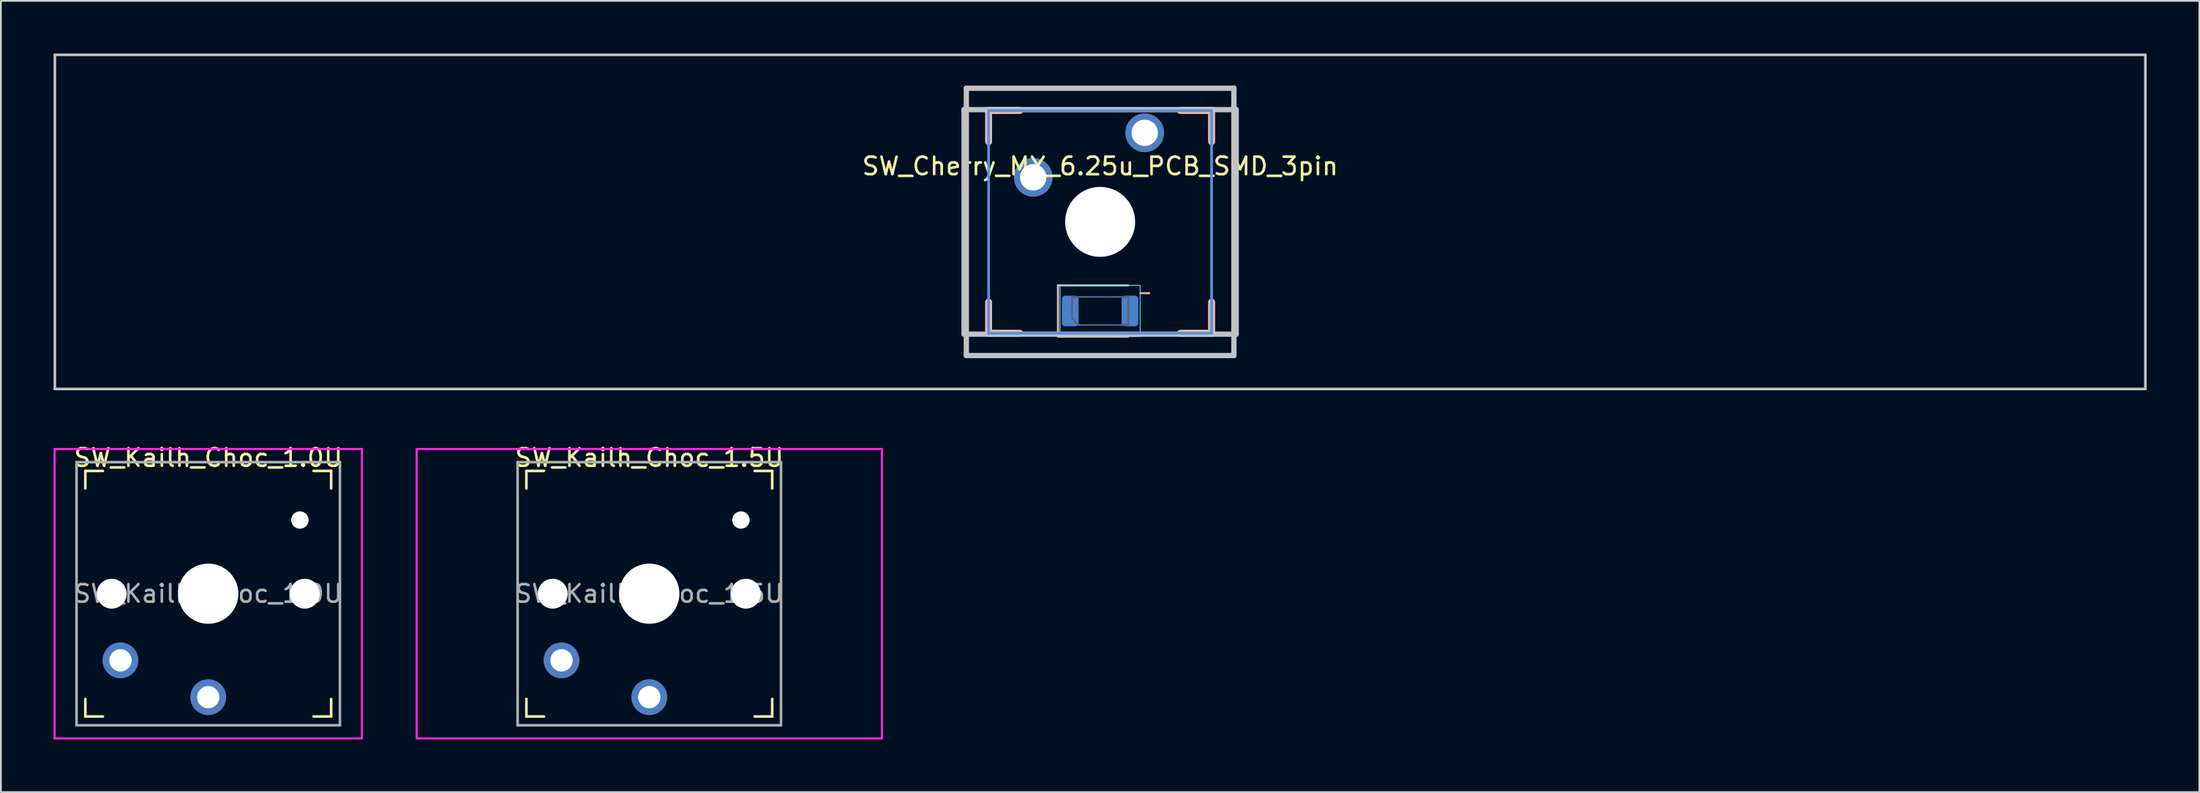
<source format=kicad_pcb>
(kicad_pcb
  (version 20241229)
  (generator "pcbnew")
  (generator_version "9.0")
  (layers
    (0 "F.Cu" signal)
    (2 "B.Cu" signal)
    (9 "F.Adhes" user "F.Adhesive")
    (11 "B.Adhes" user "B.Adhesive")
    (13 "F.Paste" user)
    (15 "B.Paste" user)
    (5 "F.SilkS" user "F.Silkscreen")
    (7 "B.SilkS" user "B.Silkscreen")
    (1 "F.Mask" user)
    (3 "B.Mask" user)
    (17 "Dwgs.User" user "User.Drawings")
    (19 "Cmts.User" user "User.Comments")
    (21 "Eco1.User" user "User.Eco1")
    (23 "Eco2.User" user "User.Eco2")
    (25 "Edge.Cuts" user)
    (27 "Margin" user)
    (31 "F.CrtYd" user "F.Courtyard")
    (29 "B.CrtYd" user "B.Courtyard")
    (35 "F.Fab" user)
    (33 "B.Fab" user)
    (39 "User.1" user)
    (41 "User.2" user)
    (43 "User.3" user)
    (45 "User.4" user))
  (footprint "SW_Kailh_Choc_1.0U"
    (layer "F.Cu")
    (at 8.81 30.798)
    (property "Reference" "SW_Kailh_Choc_1.0U" (at 0 -7.75 0) (layer "F.SilkS") (effects (font (size 1 1) (thickness 0.15))))
    (attr through_hole)
    (fp_line (start -7 -6) (end -7 -7) (stroke (width 0.15) (type solid)) (layer "F.SilkS"))
    (fp_line (start -7 7) (end -7 6) (stroke (width 0.15) (type solid)) (layer "F.SilkS"))
    (fp_line (start -7 7) (end -6 7) (stroke (width 0.15) (type solid)) (layer "F.SilkS"))
    (fp_line (start -6 -7) (end -7 -7) (stroke (width 0.15) (type solid)) (layer "F.SilkS"))
    (fp_line (start 6 7) (end 7 7) (stroke (width 0.15) (type solid)) (layer "F.SilkS"))
    (fp_line (start 7 -7) (end 6 -7) (stroke (width 0.15) (type solid)) (layer "F.SilkS"))
    (fp_line (start 7 -7) (end 7 -6) (stroke (width 0.15) (type solid)) (layer "F.SilkS"))
    (fp_line (start 7 6) (end 7 7) (stroke (width 0.15) (type solid)) (layer "F.SilkS"))
    (fp_line (start -6.9 6.9) (end -6.9 -6.9) (stroke (width 0.15) (type solid)) (layer "Eco2.User"))
    (fp_line (start -6.9 6.9) (end 6.9 6.9) (stroke (width 0.15) (type solid)) (layer "Eco2.User"))
    (fp_line (start -2.6 -3.1) (end -2.6 -6.3) (stroke (width 0.15) (type solid)) (layer "Eco2.User"))
    (fp_line (start -2.6 -3.1) (end 2.6 -3.1) (stroke (width 0.15) (type solid)) (layer "Eco2.User"))
    (fp_line (start 2.6 -6.3) (end -2.6 -6.3) (stroke (width 0.15) (type solid)) (layer "Eco2.User"))
    (fp_line (start 2.6 -3.1) (end 2.6 -6.3) (stroke (width 0.15) (type solid)) (layer "Eco2.User"))
    (fp_line (start 6.9 -6.9) (end -6.9 -6.9) (stroke (width 0.15) (type solid)) (layer "Eco2.User"))
    (fp_line (start 6.9 -6.9) (end 6.9 6.9) (stroke (width 0.15) (type solid)) (layer "Eco2.User"))
    (fp_line (start -8.75 -8.25) (end 8.75 -8.25) (stroke (width 0.12) (type solid)) (layer "F.CrtYd"))
    (fp_line (start -8.75 8.25) (end -8.75 -8.25) (stroke (width 0.12) (type solid)) (layer "F.CrtYd"))
    (fp_line (start 8.75 -8.25) (end 8.75 8.25) (stroke (width 0.12) (type solid)) (layer "F.CrtYd"))
    (fp_line (start 8.75 8.25) (end -8.75 8.25) (stroke (width 0.12) (type solid)) (layer "F.CrtYd"))
    (fp_line (start -7.5 -7.5) (end 7.5 -7.5) (stroke (width 0.15) (type solid)) (layer "F.Fab"))
    (fp_line (start -7.5 7.5) (end -7.5 -7.5) (stroke (width 0.15) (type solid)) (layer "F.Fab"))
    (fp_line (start 7.5 -7.5) (end 7.5 7.5) (stroke (width 0.15) (type solid)) (layer "F.Fab"))
    (fp_line (start 7.5 7.5) (end -7.5 7.5) (stroke (width 0.15) (type solid)) (layer "F.Fab"))
    (fp_text user "${REFERENCE}" (at 0 0 0) (layer "F.Fab") (effects (font (size 1 1) (thickness 0.15))))
    (pad "" np_thru_hole circle (at -5.5 0) (size 1.702 1.702) (drill 1.702) (layers "*.Cu" "*.Mask"))
    (pad "" np_thru_hole circle (at 0 0) (size 3.429 3.429) (drill 3.429) (layers "*.Cu" "*.Mask"))
    (pad "" np_thru_hole circle (at 5.22 -4.2) (size 0.991 0.991) (drill 0.991) (layers "*.Cu" "*.Mask"))
    (pad "" np_thru_hole circle (at 5.5 0) (size 1.702 1.702) (drill 1.702) (layers "*.Cu" "*.Mask"))
    (pad "1" thru_hole circle (at 0 5.9) (size 2.032 2.032) (drill 1.27) (layers "*.Cu" "*.Mask"))
    (pad "2" thru_hole circle (at -5 3.8) (size 2.032 2.032) (drill 1.27) (layers "*.Cu" "*.Mask")))
  (footprint "SW_Kailh_Choc_1.5U"
    (layer "F.Cu")
    (at 33.93 30.798)
    (property "Reference" "SW_Kailh_Choc_1.5U" (at 0 -7.75 0) (layer "F.SilkS") (effects (font (size 1 1) (thickness 0.15))))
    (attr through_hole)
    (fp_line (start -7 -6) (end -7 -7) (stroke (width 0.15) (type solid)) (layer "F.SilkS"))
    (fp_line (start -7 7) (end -7 6) (stroke (width 0.15) (type solid)) (layer "F.SilkS"))
    (fp_line (start -7 7) (end -6 7) (stroke (width 0.15) (type solid)) (layer "F.SilkS"))
    (fp_line (start -6 -7) (end -7 -7) (stroke (width 0.15) (type solid)) (layer "F.SilkS"))
    (fp_line (start 6 7) (end 7 7) (stroke (width 0.15) (type solid)) (layer "F.SilkS"))
    (fp_line (start 7 -7) (end 6 -7) (stroke (width 0.15) (type solid)) (layer "F.SilkS"))
    (fp_line (start 7 -7) (end 7 -6) (stroke (width 0.15) (type solid)) (layer "F.SilkS"))
    (fp_line (start 7 6) (end 7 7) (stroke (width 0.15) (type solid)) (layer "F.SilkS"))
    (fp_line (start -6.9 6.9) (end -6.9 -6.9) (stroke (width 0.15) (type solid)) (layer "Eco2.User"))
    (fp_line (start -6.9 6.9) (end 6.9 6.9) (stroke (width 0.15) (type solid)) (layer "Eco2.User"))
    (fp_line (start -2.6 -3.1) (end -2.6 -6.3) (stroke (width 0.15) (type solid)) (layer "Eco2.User"))
    (fp_line (start -2.6 -3.1) (end 2.6 -3.1) (stroke (width 0.15) (type solid)) (layer "Eco2.User"))
    (fp_line (start 2.6 -6.3) (end -2.6 -6.3) (stroke (width 0.15) (type solid)) (layer "Eco2.User"))
    (fp_line (start 2.6 -3.1) (end 2.6 -6.3) (stroke (width 0.15) (type solid)) (layer "Eco2.User"))
    (fp_line (start 6.9 -6.9) (end -6.9 -6.9) (stroke (width 0.15) (type solid)) (layer "Eco2.User"))
    (fp_line (start 6.9 -6.9) (end 6.9 6.9) (stroke (width 0.15) (type solid)) (layer "Eco2.User"))
    (fp_line (start -13.25 -8.25) (end 13.25 -8.25) (stroke (width 0.12) (type solid)) (layer "F.CrtYd"))
    (fp_line (start -13.25 8.25) (end -13.25 -8.25) (stroke (width 0.12) (type solid)) (layer "F.CrtYd"))
    (fp_line (start 13.25 -8.25) (end 13.25 8.25) (stroke (width 0.12) (type solid)) (layer "F.CrtYd"))
    (fp_line (start 13.25 8.25) (end -13.25 8.25) (stroke (width 0.12) (type solid)) (layer "F.CrtYd"))
    (fp_line (start -7.5 -7.5) (end 7.5 -7.5) (stroke (width 0.15) (type solid)) (layer "F.Fab"))
    (fp_line (start -7.5 7.5) (end -7.5 -7.5) (stroke (width 0.15) (type solid)) (layer "F.Fab"))
    (fp_line (start 7.5 -7.5) (end 7.5 7.5) (stroke (width 0.15) (type solid)) (layer "F.Fab"))
    (fp_line (start 7.5 7.5) (end -7.5 7.5) (stroke (width 0.15) (type solid)) (layer "F.Fab"))
    (fp_text user "${REFERENCE}" (at 0 0 0) (layer "F.Fab") (effects (font (size 1 1) (thickness 0.15))))
    (pad "" np_thru_hole circle (at -5.5 0) (size 1.702 1.702) (drill 1.702) (layers "*.Cu" "*.Mask"))
    (pad "" np_thru_hole circle (at 0 0) (size 3.429 3.429) (drill 3.429) (layers "*.Cu" "*.Mask"))
    (pad "" np_thru_hole circle (at 5.22 -4.2) (size 0.991 0.991) (drill 0.991) (layers "*.Cu" "*.Mask"))
    (pad "" np_thru_hole circle (at 5.5 0) (size 1.702 1.702) (drill 1.702) (layers "*.Cu" "*.Mask"))
    (pad "1" thru_hole circle (at 0 5.9) (size 2.032 2.032) (drill 1.27) (layers "*.Cu" "*.Mask"))
    (pad "2" thru_hole circle (at -5 3.8) (size 2.032 2.032) (drill 1.27) (layers "*.Cu" "*.Mask")))
  (footprint "SW_Cherry_MX_6.25u_PCB_SMD_3pin"
    (layer "F.Cu")
    (at 59.606 9.6)
    (property "Reference" "SW_Cherry_MX_6.25u_PCB_SMD_3pin" (at 0 -3.175 0) (layer "F.SilkS") (effects (font (size 1 1) (thickness 0.15))))
    (attr exclude_from_pos_files exclude_from_bom)
    (fp_line (start -6.35 -6.35) (end -4.572 -6.35) (stroke (width 0.381) (type solid)) (layer "F.SilkS"))
    (fp_line (start -6.35 -4.572) (end -6.35 -6.35) (stroke (width 0.381) (type solid)) (layer "F.SilkS"))
    (fp_line (start -6.35 6.35) (end -6.35 4.572) (stroke (width 0.381) (type solid)) (layer "F.SilkS"))
    (fp_line (start -4.572 6.35) (end -6.35 6.35) (stroke (width 0.381) (type solid)) (layer "F.SilkS"))
    (fp_line (start 4.572 -6.35) (end 6.35 -6.35) (stroke (width 0.381) (type solid)) (layer "F.SilkS"))
    (fp_line (start 6.35 -6.35) (end 6.35 -4.572) (stroke (width 0.381) (type solid)) (layer "F.SilkS"))
    (fp_line (start 6.35 4.572) (end 6.35 6.35) (stroke (width 0.381) (type solid)) (layer "F.SilkS"))
    (fp_line (start 6.35 6.35) (end 4.572 6.35) (stroke (width 0.381) (type solid)) (layer "F.SilkS"))
    (fp_line (start -6.35 -6.35) (end -6.35 -4.572) (stroke (width 0.381) (type solid)) (layer "B.SilkS"))
    (fp_line (start -6.35 4.572) (end -6.35 6.35) (stroke (width 0.381) (type solid)) (layer "B.SilkS"))
    (fp_line (start -6.35 6.35) (end -4.572 6.35) (stroke (width 0.381) (type solid)) (layer "B.SilkS"))
    (fp_line (start -4.572 -6.35) (end -6.35 -6.35) (stroke (width 0.381) (type solid)) (layer "B.SilkS"))
    (fp_line (start -2.4 3.62) (end 1.6 3.62) (stroke (width 0.12) (type solid)) (layer "B.SilkS"))
    (fp_line (start -2.4 6.54) (end -2.4 3.62) (stroke (width 0.12) (type solid)) (layer "B.SilkS"))
    (fp_line (start 1.6 6.54) (end -2.4 6.54) (stroke (width 0.12) (type solid)) (layer "B.SilkS"))
    (fp_line (start 2.286 4.064) (end 2.794 4.064) (stroke (width 0.12) (type solid)) (layer "B.SilkS"))
    (fp_line (start 4.572 6.35) (end 6.35 6.35) (stroke (width 0.381) (type solid)) (layer "B.SilkS"))
    (fp_line (start 6.35 -6.35) (end 4.572 -6.35) (stroke (width 0.381) (type solid)) (layer "B.SilkS"))
    (fp_line (start 6.35 -4.572) (end 6.35 -6.35) (stroke (width 0.381) (type solid)) (layer "B.SilkS"))
    (fp_line (start 6.35 6.35) (end 6.35 4.572) (stroke (width 0.381) (type solid)) (layer "B.SilkS"))
    (fp_line (start -59.531 -9.525) (end 59.531 -9.525) (stroke (width 0.15) (type solid)) (layer "Dwgs.User"))
    (fp_line (start -59.531 9.525) (end -59.531 -9.525) (stroke (width 0.15) (type solid)) (layer "Dwgs.User"))
    (fp_line (start -7.75 6.4) (end -7.75 -6.4) (stroke (width 0.3) (type solid)) (layer "Dwgs.User"))
    (fp_line (start -7.75 6.4) (end 7.75 6.4) (stroke (width 0.3) (type solid)) (layer "Dwgs.User"))
    (fp_line (start -7.62 -7.62) (end 7.62 -7.62) (stroke (width 0.3) (type solid)) (layer "Dwgs.User"))
    (fp_line (start -7.62 7.62) (end -7.62 -7.62) (stroke (width 0.3) (type solid)) (layer "Dwgs.User"))
    (fp_line (start 7.62 -7.62) (end 7.62 7.62) (stroke (width 0.3) (type solid)) (layer "Dwgs.User"))
    (fp_line (start 7.62 7.62) (end -7.62 7.62) (stroke (width 0.3) (type solid)) (layer "Dwgs.User"))
    (fp_line (start 7.75 -6.4) (end -7.75 -6.4) (stroke (width 0.3) (type solid)) (layer "Dwgs.User"))
    (fp_line (start 7.75 6.4) (end 7.75 -6.4) (stroke (width 0.3) (type solid)) (layer "Dwgs.User"))
    (fp_line (start 59.531 -9.525) (end 59.531 9.525) (stroke (width 0.15) (type solid)) (layer "Dwgs.User"))
    (fp_line (start 59.531 9.525) (end -59.531 9.525) (stroke (width 0.15) (type solid)) (layer "Dwgs.User"))
    (fp_line (start -6.35 -6.35) (end 6.35 -6.35) (stroke (width 0.152) (type solid)) (layer "Cmts.User"))
    (fp_line (start -6.35 6.35) (end -6.35 -6.35) (stroke (width 0.152) (type solid)) (layer "Cmts.User"))
    (fp_line (start 6.35 -6.35) (end 6.35 6.35) (stroke (width 0.152) (type solid)) (layer "Cmts.User"))
    (fp_line (start 6.35 6.35) (end -6.35 6.35) (stroke (width 0.152) (type solid)) (layer "Cmts.User"))
    (fp_line (start -6.985 -6.985) (end 6.985 -6.985) (stroke (width 0.152) (type solid)) (layer "Eco2.User"))
    (fp_line (start -6.985 6.985) (end -6.985 -6.985) (stroke (width 0.152) (type solid)) (layer "Eco2.User"))
    (fp_line (start 6.985 -6.985) (end 6.985 6.985) (stroke (width 0.152) (type solid)) (layer "Eco2.User"))
    (fp_line (start 6.985 6.985) (end -6.985 6.985) (stroke (width 0.152) (type solid)) (layer "Eco2.User"))
    (fp_line (start -2.28 3.62) (end -2.28 6.54) (stroke (width 0.05) (type solid)) (layer "B.CrtYd"))
    (fp_line (start -2.28 6.54) (end 2.28 6.54) (stroke (width 0.05) (type solid)) (layer "B.CrtYd"))
    (fp_line (start 2.28 3.62) (end -2.28 3.62) (stroke (width 0.05) (type solid)) (layer "B.CrtYd"))
    (fp_line (start 2.28 6.54) (end 2.28 3.62) (stroke (width 0.05) (type solid)) (layer "B.CrtYd"))
    (fp_line (start -1.6 4.28) (end 1.6 4.28) (stroke (width 0.1) (type solid)) (layer "B.Fab"))
    (fp_line (start -1.6 5.48) (end -1.6 4.28) (stroke (width 0.1) (type solid)) (layer "B.Fab"))
    (fp_line (start -1.2 5.88) (end -1.6 5.48) (stroke (width 0.1) (type solid)) (layer "B.Fab"))
    (fp_line (start 1.6 4.28) (end 1.6 5.88) (stroke (width 0.1) (type solid)) (layer "B.Fab"))
    (fp_line (start 1.6 5.88) (end -1.2 5.88) (stroke (width 0.1) (type solid)) (layer "B.Fab"))
    (pad "" np_thru_hole circle (at 0 0) (size 3.988 3.988) (drill 3.988) (layers "*.Cu" "*.Mask"))
    (pad "1" thru_hole circle (at -3.81 -2.54) (size 2.2 2.2) (drill 1.5) (layers "*.Cu" "*.Mask"))
    (pad "2" thru_hole circle (at 2.54 -5.08) (size 2.2 2.2) (drill 1.5) (layers "*.Cu" "*.Mask"))
    (pad "3" smd roundrect (at 1.7 5.08) (size 0.95 1.75) (layers "B.Cu" "B.Mask" "B.Paste") (roundrect_rratio 0.2))
    (pad "4" smd roundrect (at -1.7 5.08) (size 0.95 1.75) (layers "B.Cu" "B.Mask" "B.Paste") (roundrect_rratio 0.2)))
  (gr_rect
    (start -3 -3)
    (end 122.213 42.108)
    (stroke (width 0.1) (type default))
    (fill no)
    (layer "Edge.Cuts")))
</source>
